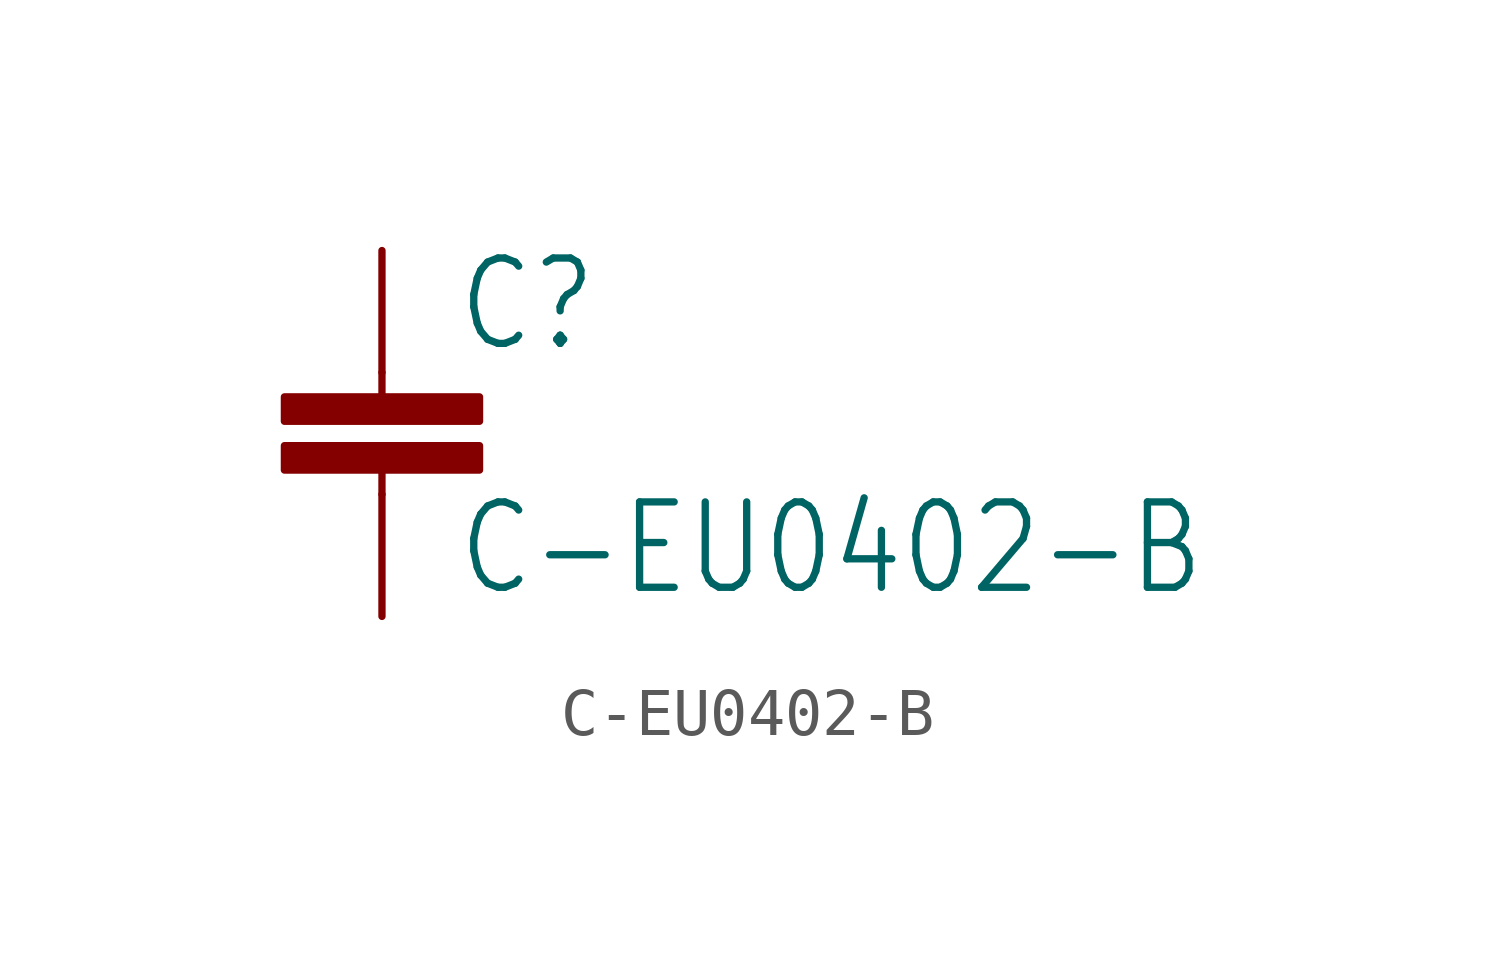
<source format=kicad_sym>
(kicad_symbol_lib
  (version 20201005)
  (generator kicad_symbol_editor)
  (symbol "pirt:C-EU0402-B"
    (property "Reference" "C"
      (at 1.524 0.381 0)
      (effects (font (size 1.778 1.511)) (justify left bottom)))
    (property "Value" "C-EU0402-B"
      (at 1.524 -4.699 0)
      (effects (font (size 1.778 1.511)) (justify left bottom)))
    (property "ki_locked" ""
      (at 0 0 0)
      (effects (font (size 1.27 1.27))))
    (symbol "C-EU0402-B_1_0"
      (rectangle (start -2.032 -2.032) (end 2.032 -1.524) (stroke (width 0)) (fill (type outline)))
      (rectangle (start -2.032 -1.016) (end 2.032 -0.508) (stroke (width 0)) (fill (type outline)))
      (polyline (pts (xy 0 -2.54) (xy 0 -2.032)) (stroke (width 0.152)) (fill (type none)))
      (polyline (pts (xy 0 0) (xy 0 -0.508)) (stroke (width 0.152)) (fill (type none)))
      (pin passive line (at 0 2.54 270) (length 2.54) (name "1" (effects (font (size 0 0)))) (number "1" (effects (font (size 0 0)))))
      (pin passive line (at 0 -5.08 90) (length 2.54) (name "2" (effects (font (size 0 0)))) (number "2" (effects (font (size 0 0))))))))
</source>
